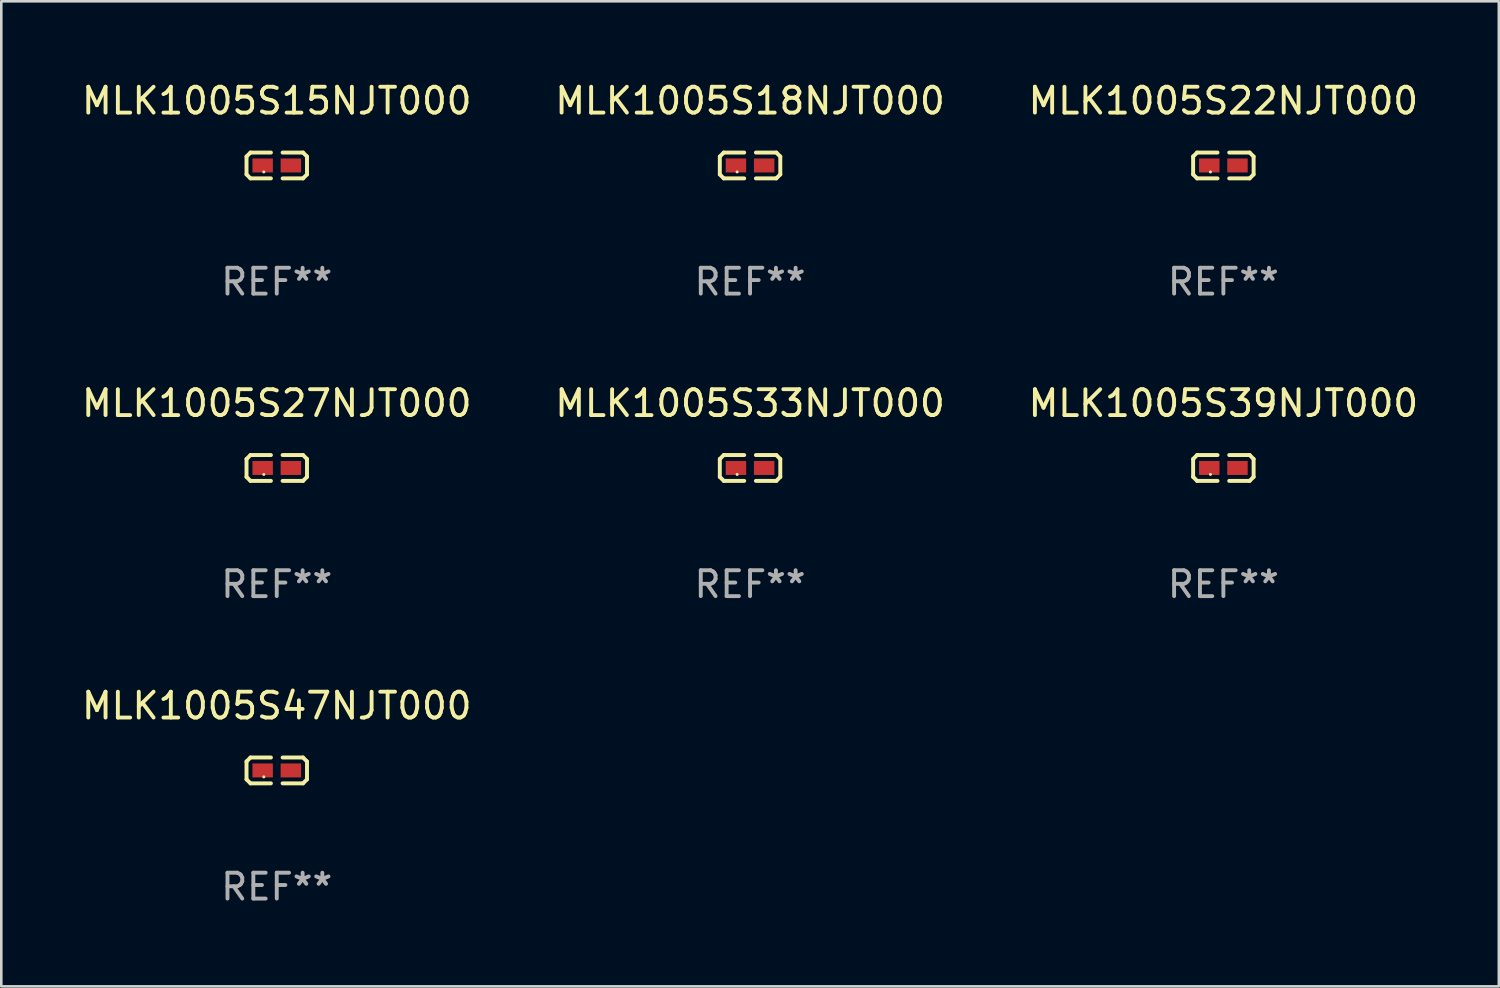
<source format=kicad_pcb>
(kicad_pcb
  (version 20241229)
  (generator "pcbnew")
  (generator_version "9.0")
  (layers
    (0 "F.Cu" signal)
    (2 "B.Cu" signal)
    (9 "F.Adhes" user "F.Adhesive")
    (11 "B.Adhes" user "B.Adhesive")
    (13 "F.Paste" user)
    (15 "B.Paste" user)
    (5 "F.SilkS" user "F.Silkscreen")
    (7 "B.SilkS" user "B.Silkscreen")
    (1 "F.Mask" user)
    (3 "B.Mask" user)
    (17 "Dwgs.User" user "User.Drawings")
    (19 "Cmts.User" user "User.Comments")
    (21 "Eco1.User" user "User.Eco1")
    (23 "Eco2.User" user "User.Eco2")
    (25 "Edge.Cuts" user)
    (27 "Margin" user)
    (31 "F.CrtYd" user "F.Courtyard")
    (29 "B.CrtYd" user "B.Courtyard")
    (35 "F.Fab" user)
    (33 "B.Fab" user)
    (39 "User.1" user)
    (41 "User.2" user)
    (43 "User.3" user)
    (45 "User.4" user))
  (footprint "MLK1005S33NJT000"
    (layer "F.Cu")
    (at 25.946 15.041)
    (property "Reference" "MLK1005S33NJT000" (at 0 -2.499 0) (layer "F.SilkS") (effects (font (size 1 1) (thickness 0.15))))
    (attr through_hole)
    (fp_line (start -1.169 -0.346) (end -1.016 -0.499) (stroke (width 0.152) (type solid)) (layer "F.SilkS"))
    (fp_line (start -1.169 0.346) (end -1.169 -0.346) (stroke (width 0.152) (type solid)) (layer "F.SilkS"))
    (fp_line (start -1.016 -0.499) (end -0.226 -0.499) (stroke (width 0.152) (type solid)) (layer "F.SilkS"))
    (fp_line (start -1.016 0.499) (end -1.169 0.346) (stroke (width 0.152) (type solid)) (layer "F.SilkS"))
    (fp_line (start -0.226 0.499) (end -1.016 0.499) (stroke (width 0.152) (type solid)) (layer "F.SilkS"))
    (fp_line (start 0.226 0.499) (end 1.016 0.499) (stroke (width 0.152) (type solid)) (layer "F.SilkS"))
    (fp_line (start 1.016 -0.499) (end 0.226 -0.499) (stroke (width 0.152) (type solid)) (layer "F.SilkS"))
    (fp_line (start 1.016 0.499) (end 1.169 0.346) (stroke (width 0.152) (type solid)) (layer "F.SilkS"))
    (fp_line (start 1.169 -0.346) (end 1.016 -0.499) (stroke (width 0.152) (type solid)) (layer "F.SilkS"))
    (fp_line (start 1.169 0.346) (end 1.169 -0.346) (stroke (width 0.152) (type solid)) (layer "F.SilkS"))
    (fp_circle (center -0.5 0.25) (end -0.47 0.25) (stroke (width 0.06) (type solid)) (fill no) (layer "F.SilkS"))
    (fp_text user "REF**" (at 0 4.499 0) (layer "F.Fab") (effects (font (size 1 1) (thickness 0.15))))
    (pad "1" smd rect (at -0.545 0) (size 0.79 0.54) (layers "F.Cu" "F.Mask" "F.Paste"))
    (pad "2" smd rect (at 0.545 0) (size 0.79 0.54) (layers "F.Cu" "F.Mask" "F.Paste")))
  (footprint "MLK1005S47NJT000"
    (layer "F.Cu")
    (at 7.649 26.734)
    (property "Reference" "MLK1005S47NJT000" (at 0 -2.499 0) (layer "F.SilkS") (effects (font (size 1 1) (thickness 0.15))))
    (attr through_hole)
    (fp_line (start -1.169 -0.346) (end -1.016 -0.499) (stroke (width 0.152) (type solid)) (layer "F.SilkS"))
    (fp_line (start -1.169 0.346) (end -1.169 -0.346) (stroke (width 0.152) (type solid)) (layer "F.SilkS"))
    (fp_line (start -1.016 -0.499) (end -0.226 -0.499) (stroke (width 0.152) (type solid)) (layer "F.SilkS"))
    (fp_line (start -1.016 0.499) (end -1.169 0.346) (stroke (width 0.152) (type solid)) (layer "F.SilkS"))
    (fp_line (start -0.226 0.499) (end -1.016 0.499) (stroke (width 0.152) (type solid)) (layer "F.SilkS"))
    (fp_line (start 0.226 0.499) (end 1.016 0.499) (stroke (width 0.152) (type solid)) (layer "F.SilkS"))
    (fp_line (start 1.016 -0.499) (end 0.226 -0.499) (stroke (width 0.152) (type solid)) (layer "F.SilkS"))
    (fp_line (start 1.016 0.499) (end 1.169 0.346) (stroke (width 0.152) (type solid)) (layer "F.SilkS"))
    (fp_line (start 1.169 -0.346) (end 1.016 -0.499) (stroke (width 0.152) (type solid)) (layer "F.SilkS"))
    (fp_line (start 1.169 0.346) (end 1.169 -0.346) (stroke (width 0.152) (type solid)) (layer "F.SilkS"))
    (fp_circle (center -0.5 0.25) (end -0.47 0.25) (stroke (width 0.06) (type solid)) (fill no) (layer "F.SilkS"))
    (fp_text user "REF**" (at 0 4.499 0) (layer "F.Fab") (effects (font (size 1 1) (thickness 0.15))))
    (pad "1" smd rect (at -0.545 0) (size 0.79 0.54) (layers "F.Cu" "F.Mask" "F.Paste"))
    (pad "2" smd rect (at 0.545 0) (size 0.79 0.54) (layers "F.Cu" "F.Mask" "F.Paste")))
  (footprint "MLK1005S15NJT000"
    (layer "F.Cu")
    (at 7.649 3.347)
    (property "Reference" "MLK1005S15NJT000" (at 0 -2.499 0) (layer "F.SilkS") (effects (font (size 1 1) (thickness 0.15))))
    (attr through_hole)
    (fp_line (start -1.169 -0.346) (end -1.016 -0.499) (stroke (width 0.152) (type solid)) (layer "F.SilkS"))
    (fp_line (start -1.169 0.346) (end -1.169 -0.346) (stroke (width 0.152) (type solid)) (layer "F.SilkS"))
    (fp_line (start -1.016 -0.499) (end -0.226 -0.499) (stroke (width 0.152) (type solid)) (layer "F.SilkS"))
    (fp_line (start -1.016 0.499) (end -1.169 0.346) (stroke (width 0.152) (type solid)) (layer "F.SilkS"))
    (fp_line (start -0.226 0.499) (end -1.016 0.499) (stroke (width 0.152) (type solid)) (layer "F.SilkS"))
    (fp_line (start 0.226 0.499) (end 1.016 0.499) (stroke (width 0.152) (type solid)) (layer "F.SilkS"))
    (fp_line (start 1.016 -0.499) (end 0.226 -0.499) (stroke (width 0.152) (type solid)) (layer "F.SilkS"))
    (fp_line (start 1.016 0.499) (end 1.169 0.346) (stroke (width 0.152) (type solid)) (layer "F.SilkS"))
    (fp_line (start 1.169 -0.346) (end 1.016 -0.499) (stroke (width 0.152) (type solid)) (layer "F.SilkS"))
    (fp_line (start 1.169 0.346) (end 1.169 -0.346) (stroke (width 0.152) (type solid)) (layer "F.SilkS"))
    (fp_circle (center -0.5 0.25) (end -0.47 0.25) (stroke (width 0.06) (type solid)) (fill no) (layer "F.SilkS"))
    (fp_text user "REF**" (at 0 4.499 0) (layer "F.Fab") (effects (font (size 1 1) (thickness 0.15))))
    (pad "1" smd rect (at -0.545 0) (size 0.79 0.54) (layers "F.Cu" "F.Mask" "F.Paste"))
    (pad "2" smd rect (at 0.545 0) (size 0.79 0.54) (layers "F.Cu" "F.Mask" "F.Paste")))
  (footprint "MLK1005S27NJT000"
    (layer "F.Cu")
    (at 7.649 15.041)
    (property "Reference" "MLK1005S27NJT000" (at 0 -2.499 0) (layer "F.SilkS") (effects (font (size 1 1) (thickness 0.15))))
    (attr through_hole)
    (fp_line (start -1.169 -0.346) (end -1.016 -0.499) (stroke (width 0.152) (type solid)) (layer "F.SilkS"))
    (fp_line (start -1.169 0.346) (end -1.169 -0.346) (stroke (width 0.152) (type solid)) (layer "F.SilkS"))
    (fp_line (start -1.016 -0.499) (end -0.226 -0.499) (stroke (width 0.152) (type solid)) (layer "F.SilkS"))
    (fp_line (start -1.016 0.499) (end -1.169 0.346) (stroke (width 0.152) (type solid)) (layer "F.SilkS"))
    (fp_line (start -0.226 0.499) (end -1.016 0.499) (stroke (width 0.152) (type solid)) (layer "F.SilkS"))
    (fp_line (start 0.226 0.499) (end 1.016 0.499) (stroke (width 0.152) (type solid)) (layer "F.SilkS"))
    (fp_line (start 1.016 -0.499) (end 0.226 -0.499) (stroke (width 0.152) (type solid)) (layer "F.SilkS"))
    (fp_line (start 1.016 0.499) (end 1.169 0.346) (stroke (width 0.152) (type solid)) (layer "F.SilkS"))
    (fp_line (start 1.169 -0.346) (end 1.016 -0.499) (stroke (width 0.152) (type solid)) (layer "F.SilkS"))
    (fp_line (start 1.169 0.346) (end 1.169 -0.346) (stroke (width 0.152) (type solid)) (layer "F.SilkS"))
    (fp_circle (center -0.5 0.25) (end -0.47 0.25) (stroke (width 0.06) (type solid)) (fill no) (layer "F.SilkS"))
    (fp_text user "REF**" (at 0 4.499 0) (layer "F.Fab") (effects (font (size 1 1) (thickness 0.15))))
    (pad "1" smd rect (at -0.545 0) (size 0.79 0.54) (layers "F.Cu" "F.Mask" "F.Paste"))
    (pad "2" smd rect (at 0.545 0) (size 0.79 0.54) (layers "F.Cu" "F.Mask" "F.Paste")))
  (footprint "MLK1005S22NJT000"
    (layer "F.Cu")
    (at 44.244 3.347)
    (property "Reference" "MLK1005S22NJT000" (at 0 -2.499 0) (layer "F.SilkS") (effects (font (size 1 1) (thickness 0.15))))
    (attr through_hole)
    (fp_line (start -1.169 -0.346) (end -1.016 -0.499) (stroke (width 0.152) (type solid)) (layer "F.SilkS"))
    (fp_line (start -1.169 0.346) (end -1.169 -0.346) (stroke (width 0.152) (type solid)) (layer "F.SilkS"))
    (fp_line (start -1.016 -0.499) (end -0.226 -0.499) (stroke (width 0.152) (type solid)) (layer "F.SilkS"))
    (fp_line (start -1.016 0.499) (end -1.169 0.346) (stroke (width 0.152) (type solid)) (layer "F.SilkS"))
    (fp_line (start -0.226 0.499) (end -1.016 0.499) (stroke (width 0.152) (type solid)) (layer "F.SilkS"))
    (fp_line (start 0.226 0.499) (end 1.016 0.499) (stroke (width 0.152) (type solid)) (layer "F.SilkS"))
    (fp_line (start 1.016 -0.499) (end 0.226 -0.499) (stroke (width 0.152) (type solid)) (layer "F.SilkS"))
    (fp_line (start 1.016 0.499) (end 1.169 0.346) (stroke (width 0.152) (type solid)) (layer "F.SilkS"))
    (fp_line (start 1.169 -0.346) (end 1.016 -0.499) (stroke (width 0.152) (type solid)) (layer "F.SilkS"))
    (fp_line (start 1.169 0.346) (end 1.169 -0.346) (stroke (width 0.152) (type solid)) (layer "F.SilkS"))
    (fp_circle (center -0.5 0.25) (end -0.47 0.25) (stroke (width 0.06) (type solid)) (fill no) (layer "F.SilkS"))
    (fp_text user "REF**" (at 0 4.499 0) (layer "F.Fab") (effects (font (size 1 1) (thickness 0.15))))
    (pad "1" smd rect (at -0.545 0) (size 0.79 0.54) (layers "F.Cu" "F.Mask" "F.Paste"))
    (pad "2" smd rect (at 0.545 0) (size 0.79 0.54) (layers "F.Cu" "F.Mask" "F.Paste")))
  (footprint "MLK1005S18NJT000"
    (layer "F.Cu")
    (at 25.946 3.347)
    (property "Reference" "MLK1005S18NJT000" (at 0 -2.499 0) (layer "F.SilkS") (effects (font (size 1 1) (thickness 0.15))))
    (attr through_hole)
    (fp_line (start -1.169 -0.346) (end -1.016 -0.499) (stroke (width 0.152) (type solid)) (layer "F.SilkS"))
    (fp_line (start -1.169 0.346) (end -1.169 -0.346) (stroke (width 0.152) (type solid)) (layer "F.SilkS"))
    (fp_line (start -1.016 -0.499) (end -0.226 -0.499) (stroke (width 0.152) (type solid)) (layer "F.SilkS"))
    (fp_line (start -1.016 0.499) (end -1.169 0.346) (stroke (width 0.152) (type solid)) (layer "F.SilkS"))
    (fp_line (start -0.226 0.499) (end -1.016 0.499) (stroke (width 0.152) (type solid)) (layer "F.SilkS"))
    (fp_line (start 0.226 0.499) (end 1.016 0.499) (stroke (width 0.152) (type solid)) (layer "F.SilkS"))
    (fp_line (start 1.016 -0.499) (end 0.226 -0.499) (stroke (width 0.152) (type solid)) (layer "F.SilkS"))
    (fp_line (start 1.016 0.499) (end 1.169 0.346) (stroke (width 0.152) (type solid)) (layer "F.SilkS"))
    (fp_line (start 1.169 -0.346) (end 1.016 -0.499) (stroke (width 0.152) (type solid)) (layer "F.SilkS"))
    (fp_line (start 1.169 0.346) (end 1.169 -0.346) (stroke (width 0.152) (type solid)) (layer "F.SilkS"))
    (fp_circle (center -0.5 0.25) (end -0.47 0.25) (stroke (width 0.06) (type solid)) (fill no) (layer "F.SilkS"))
    (fp_text user "REF**" (at 0 4.499 0) (layer "F.Fab") (effects (font (size 1 1) (thickness 0.15))))
    (pad "1" smd rect (at -0.545 0) (size 0.79 0.54) (layers "F.Cu" "F.Mask" "F.Paste"))
    (pad "2" smd rect (at 0.545 0) (size 0.79 0.54) (layers "F.Cu" "F.Mask" "F.Paste")))
  (footprint "MLK1005S39NJT000"
    (layer "F.Cu")
    (at 44.244 15.041)
    (property "Reference" "MLK1005S39NJT000" (at 0 -2.499 0) (layer "F.SilkS") (effects (font (size 1 1) (thickness 0.15))))
    (attr through_hole)
    (fp_line (start -1.169 -0.346) (end -1.016 -0.499) (stroke (width 0.152) (type solid)) (layer "F.SilkS"))
    (fp_line (start -1.169 0.346) (end -1.169 -0.346) (stroke (width 0.152) (type solid)) (layer "F.SilkS"))
    (fp_line (start -1.016 -0.499) (end -0.226 -0.499) (stroke (width 0.152) (type solid)) (layer "F.SilkS"))
    (fp_line (start -1.016 0.499) (end -1.169 0.346) (stroke (width 0.152) (type solid)) (layer "F.SilkS"))
    (fp_line (start -0.226 0.499) (end -1.016 0.499) (stroke (width 0.152) (type solid)) (layer "F.SilkS"))
    (fp_line (start 0.226 0.499) (end 1.016 0.499) (stroke (width 0.152) (type solid)) (layer "F.SilkS"))
    (fp_line (start 1.016 -0.499) (end 0.226 -0.499) (stroke (width 0.152) (type solid)) (layer "F.SilkS"))
    (fp_line (start 1.016 0.499) (end 1.169 0.346) (stroke (width 0.152) (type solid)) (layer "F.SilkS"))
    (fp_line (start 1.169 -0.346) (end 1.016 -0.499) (stroke (width 0.152) (type solid)) (layer "F.SilkS"))
    (fp_line (start 1.169 0.346) (end 1.169 -0.346) (stroke (width 0.152) (type solid)) (layer "F.SilkS"))
    (fp_circle (center -0.5 0.25) (end -0.47 0.25) (stroke (width 0.06) (type solid)) (fill no) (layer "F.SilkS"))
    (fp_text user "REF**" (at 0 4.499 0) (layer "F.Fab") (effects (font (size 1 1) (thickness 0.15))))
    (pad "1" smd rect (at -0.545 0) (size 0.79 0.54) (layers "F.Cu" "F.Mask" "F.Paste"))
    (pad "2" smd rect (at 0.545 0) (size 0.79 0.54) (layers "F.Cu" "F.Mask" "F.Paste")))
  (gr_rect
    (start -3 -3)
    (end 54.893 35.081)
    (stroke (width 0.1) (type default))
    (fill no)
    (layer "Edge.Cuts")))
</source>
